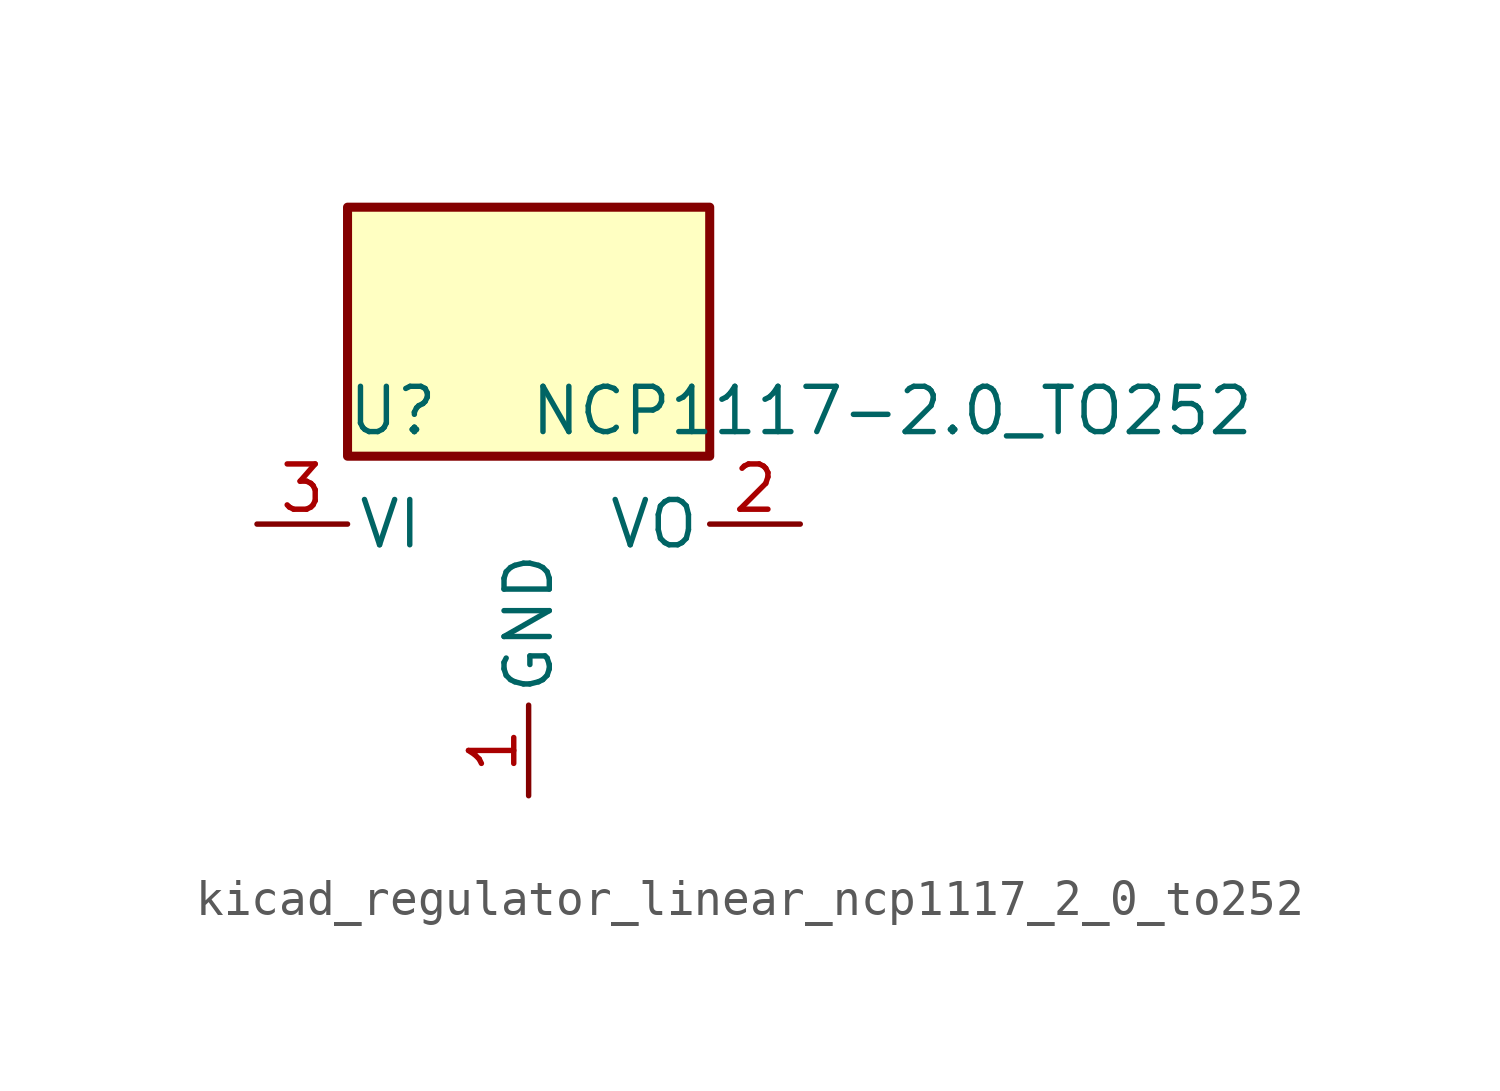
<source format=kicad_sym>
(kicad_symbol_lib
  (version 20220914)
  (generator kicad_symbol_editor)
  (symbol "kicad_regulator_linear_ncp1117_2_0_to252"
    (pin_names
      (offset 0.254))
    (property "Reference" "U"
      (at -3.81 3.175 0)
      (effects (font (size 1.27 1.27))))
    (property "Value" "NCP1117-2.0_TO252"
      (at 0 3.175 0)
      (effects (font (size 1.27 1.27)) (justify left)))
    (symbol "kicad_regulator_linear_ncp1117_2_0_to252_0_1"
      (rectangle (start 5.08 8.89) (end -5.08 1.905) (stroke (width 0.254) (type default)) (fill (type background))))
    (symbol "kicad_regulator_linear_ncp1117_2_0_to252_1_1"
      (pin power_in line (at 0 -7.62 90) (length 2.54) (name "GND" (effects (font (size 1.27 1.27)))) (number "1" (effects (font (size 1.27 1.27)))))
      (pin power_out line (at 7.62 0 180) (length 2.54) (name "VO" (effects (font (size 1.27 1.27)))) (number "2" (effects (font (size 1.27 1.27)))))
      (pin power_in line (at -7.62 0 0) (length 2.54) (name "VI" (effects (font (size 1.27 1.27)))) (number "3" (effects (font (size 1.27 1.27))))))))
</source>
